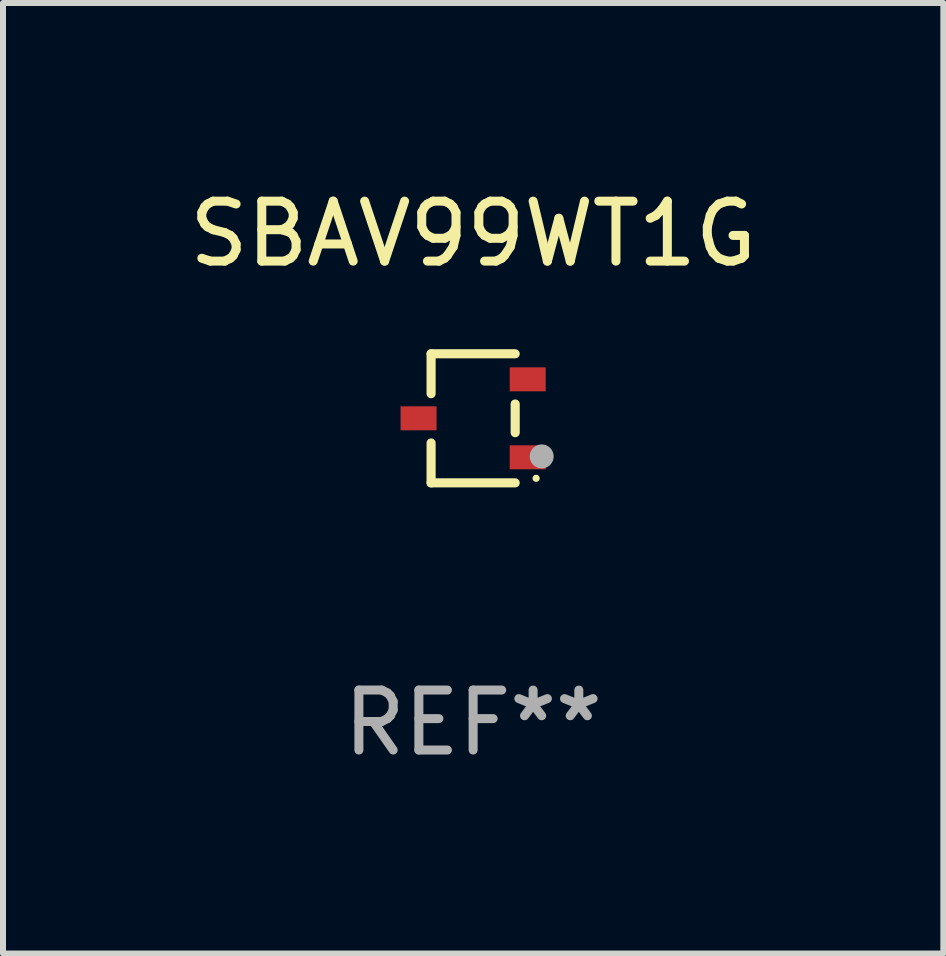
<source format=kicad_pcb>
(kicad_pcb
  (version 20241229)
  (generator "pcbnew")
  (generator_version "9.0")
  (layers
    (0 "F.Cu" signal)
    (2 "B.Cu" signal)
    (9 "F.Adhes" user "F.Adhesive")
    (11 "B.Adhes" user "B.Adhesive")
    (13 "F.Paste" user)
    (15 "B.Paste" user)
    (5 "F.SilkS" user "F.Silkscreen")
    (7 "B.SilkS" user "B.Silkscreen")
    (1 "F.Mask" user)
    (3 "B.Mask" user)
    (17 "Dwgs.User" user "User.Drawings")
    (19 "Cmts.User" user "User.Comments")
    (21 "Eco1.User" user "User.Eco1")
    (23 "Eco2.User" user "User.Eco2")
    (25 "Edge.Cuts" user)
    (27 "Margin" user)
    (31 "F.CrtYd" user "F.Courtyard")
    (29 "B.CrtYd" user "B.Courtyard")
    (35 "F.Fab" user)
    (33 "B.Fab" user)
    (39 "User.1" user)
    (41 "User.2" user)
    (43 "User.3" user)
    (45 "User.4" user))
  (footprint "SBAV99WT1G"
    (layer "F.Cu")
    (at 4.839 3.925)
    (property "Reference" "SBAV99WT1G" (at 0 -3.076 0) (layer "F.SilkS") (effects (font (size 1 1) (thickness 0.15))))
    (attr through_hole)
    (fp_line (start -0.701 -1.076) (end -0.701 -0.411) (stroke (width 0.152) (type solid)) (layer "F.SilkS"))
    (fp_line (start -0.701 1.076) (end -0.701 0.411) (stroke (width 0.152) (type solid)) (layer "F.SilkS"))
    (fp_line (start 0.701 -1.076) (end -0.701 -1.076) (stroke (width 0.152) (type solid)) (layer "F.SilkS"))
    (fp_line (start 0.701 -0.239) (end 0.701 0.239) (stroke (width 0.152) (type solid)) (layer "F.SilkS"))
    (fp_line (start 0.701 1.076) (end -0.701 1.076) (stroke (width 0.152) (type solid)) (layer "F.SilkS"))
    (fp_circle (center 1.05 1) (end 1.08 1) (stroke (width 0.06) (type solid)) (fill no) (layer "F.SilkS"))
    (fp_circle (center 1.143 0.635) (end 1.243 0.635) (stroke (width 0.2) (type solid)) (fill no) (layer "F.Fab"))
    (fp_text user "REF**" (at 0 5.076 0) (layer "F.Fab") (effects (font (size 1 1) (thickness 0.15))))
    (pad "1" smd rect (at 0.91 0.65) (size 0.6 0.4) (layers "F.Cu" "F.Mask" "F.Paste"))
    (pad "2" smd rect (at 0.91 -0.65) (size 0.6 0.4) (layers "F.Cu" "F.Mask" "F.Paste"))
    (pad "3" smd rect (at -0.91 0) (size 0.6 0.4) (layers "F.Cu" "F.Mask" "F.Paste")))
  (gr_rect
    (start -3 -3)
    (end 12.679 12.849)
    (stroke (width 0.1) (type default))
    (fill no)
    (layer "Edge.Cuts")))
</source>
